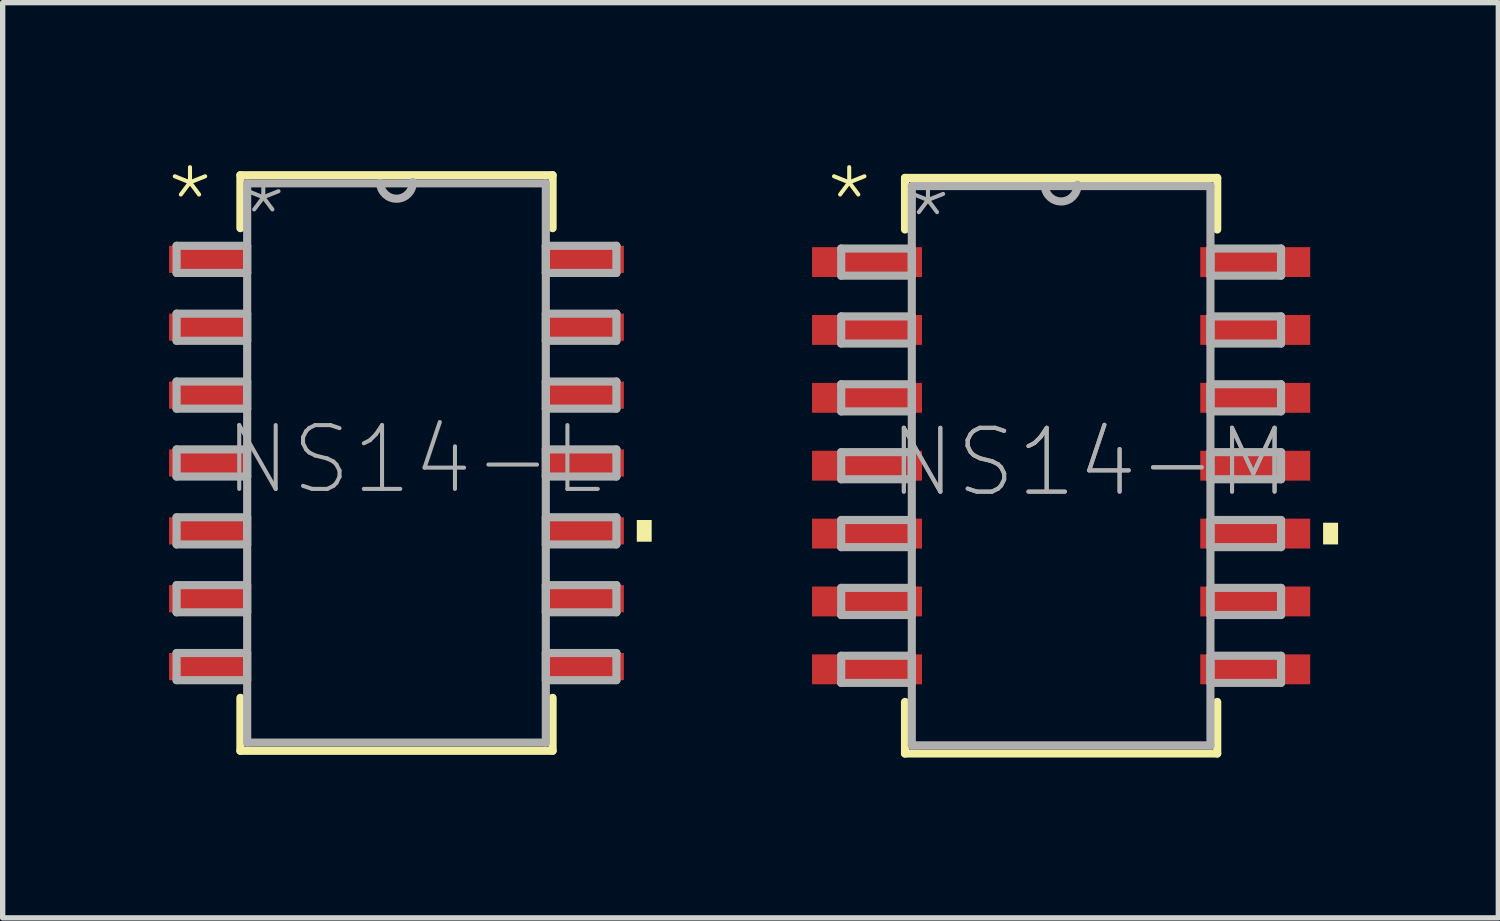
<source format=kicad_pcb>
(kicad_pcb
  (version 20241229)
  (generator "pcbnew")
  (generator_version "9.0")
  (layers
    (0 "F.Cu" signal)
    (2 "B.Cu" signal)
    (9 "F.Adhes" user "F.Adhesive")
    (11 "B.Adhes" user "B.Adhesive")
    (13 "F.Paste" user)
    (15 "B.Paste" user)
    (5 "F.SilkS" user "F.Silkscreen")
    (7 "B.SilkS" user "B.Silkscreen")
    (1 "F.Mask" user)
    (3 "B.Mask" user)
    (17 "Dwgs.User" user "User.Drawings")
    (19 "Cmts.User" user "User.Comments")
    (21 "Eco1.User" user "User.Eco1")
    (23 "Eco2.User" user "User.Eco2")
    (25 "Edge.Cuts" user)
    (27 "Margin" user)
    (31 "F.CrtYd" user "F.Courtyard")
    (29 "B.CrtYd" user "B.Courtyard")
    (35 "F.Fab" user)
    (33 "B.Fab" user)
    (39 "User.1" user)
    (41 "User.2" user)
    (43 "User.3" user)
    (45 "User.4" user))
  (footprint "NS14-M"
    (layer "F.Cu")
    (at 16.805 5.664)
    (property "Reference" "NS14-M" (at -3.277 0.635 0) (unlocked yes) (layer "F.Fab") (effects (font (size 1.194 1.194) (thickness 0.076)) (justify left bottom)))
    (fp_line (start -2.921 -5.385) (end -2.921 -4.42) (stroke (width 0.152) (type solid)) (layer "F.SilkS"))
    (fp_line (start -2.921 4.42) (end -2.921 5.385) (stroke (width 0.152) (type solid)) (layer "F.SilkS"))
    (fp_line (start -2.921 5.385) (end 2.921 5.385) (stroke (width 0.152) (type solid)) (layer "F.SilkS"))
    (fp_line (start 2.921 -5.385) (end -2.921 -5.385) (stroke (width 0.152) (type solid)) (layer "F.SilkS"))
    (fp_line (start 2.921 -4.42) (end 2.921 -5.385) (stroke (width 0.152) (type solid)) (layer "F.SilkS"))
    (fp_line (start 2.921 5.385) (end 2.921 4.42) (stroke (width 0.152) (type solid)) (layer "F.SilkS"))
    (fp_poly (pts (xy 5.182 1.473) (xy 4.902 1.473) (xy 4.902 1.067) (xy 5.182 1.067)) (stroke (width 0) (type default)) (fill yes) (layer "F.SilkS"))
    (fp_line (start -4.115 -4.064) (end -4.115 -3.556) (stroke (width 0.152) (type solid)) (layer "F.Fab"))
    (fp_line (start -4.115 -3.556) (end -2.794 -3.556) (stroke (width 0.152) (type solid)) (layer "F.Fab"))
    (fp_line (start -4.115 -2.794) (end -4.115 -2.286) (stroke (width 0.152) (type solid)) (layer "F.Fab"))
    (fp_line (start -4.115 -2.286) (end -2.794 -2.286) (stroke (width 0.152) (type solid)) (layer "F.Fab"))
    (fp_line (start -4.115 -1.524) (end -4.115 -1.016) (stroke (width 0.152) (type solid)) (layer "F.Fab"))
    (fp_line (start -4.115 -1.016) (end -2.794 -1.016) (stroke (width 0.152) (type solid)) (layer "F.Fab"))
    (fp_line (start -4.115 -0.254) (end -4.115 0.254) (stroke (width 0.152) (type solid)) (layer "F.Fab"))
    (fp_line (start -4.115 0.254) (end -2.794 0.254) (stroke (width 0.152) (type solid)) (layer "F.Fab"))
    (fp_line (start -4.115 1.016) (end -4.115 1.524) (stroke (width 0.152) (type solid)) (layer "F.Fab"))
    (fp_line (start -4.115 1.524) (end -2.794 1.524) (stroke (width 0.152) (type solid)) (layer "F.Fab"))
    (fp_line (start -4.115 2.286) (end -4.115 2.794) (stroke (width 0.152) (type solid)) (layer "F.Fab"))
    (fp_line (start -4.115 2.794) (end -2.794 2.794) (stroke (width 0.152) (type solid)) (layer "F.Fab"))
    (fp_line (start -4.115 3.556) (end -4.115 4.064) (stroke (width 0.152) (type solid)) (layer "F.Fab"))
    (fp_line (start -4.115 4.064) (end -2.794 4.064) (stroke (width 0.152) (type solid)) (layer "F.Fab"))
    (fp_line (start -2.794 -5.232) (end -2.794 5.232) (stroke (width 0.152) (type solid)) (layer "F.Fab"))
    (fp_line (start -2.794 -4.064) (end -4.115 -4.064) (stroke (width 0.152) (type solid)) (layer "F.Fab"))
    (fp_line (start -2.794 -3.556) (end -2.794 -4.064) (stroke (width 0.152) (type solid)) (layer "F.Fab"))
    (fp_line (start -2.794 -2.794) (end -4.115 -2.794) (stroke (width 0.152) (type solid)) (layer "F.Fab"))
    (fp_line (start -2.794 -2.286) (end -2.794 -2.794) (stroke (width 0.152) (type solid)) (layer "F.Fab"))
    (fp_line (start -2.794 -1.524) (end -4.115 -1.524) (stroke (width 0.152) (type solid)) (layer "F.Fab"))
    (fp_line (start -2.794 -1.016) (end -2.794 -1.524) (stroke (width 0.152) (type solid)) (layer "F.Fab"))
    (fp_line (start -2.794 -0.254) (end -4.115 -0.254) (stroke (width 0.152) (type solid)) (layer "F.Fab"))
    (fp_line (start -2.794 0.254) (end -2.794 -0.254) (stroke (width 0.152) (type solid)) (layer "F.Fab"))
    (fp_line (start -2.794 1.016) (end -4.115 1.016) (stroke (width 0.152) (type solid)) (layer "F.Fab"))
    (fp_line (start -2.794 1.524) (end -2.794 1.016) (stroke (width 0.152) (type solid)) (layer "F.Fab"))
    (fp_line (start -2.794 2.286) (end -4.115 2.286) (stroke (width 0.152) (type solid)) (layer "F.Fab"))
    (fp_line (start -2.794 2.794) (end -2.794 2.286) (stroke (width 0.152) (type solid)) (layer "F.Fab"))
    (fp_line (start -2.794 3.556) (end -4.115 3.556) (stroke (width 0.152) (type solid)) (layer "F.Fab"))
    (fp_line (start -2.794 4.064) (end -2.794 3.556) (stroke (width 0.152) (type solid)) (layer "F.Fab"))
    (fp_line (start -2.794 5.232) (end 2.794 5.232) (stroke (width 0.152) (type solid)) (layer "F.Fab"))
    (fp_line (start -0.305 -5.232) (end -2.794 -5.232) (stroke (width 0.152) (type solid)) (layer "F.Fab"))
    (fp_line (start 2.794 -5.232) (end -0.305 -5.232) (stroke (width 0.152) (type solid)) (layer "F.Fab"))
    (fp_line (start 2.794 -4.064) (end 2.794 -3.556) (stroke (width 0.152) (type solid)) (layer "F.Fab"))
    (fp_line (start 2.794 -3.556) (end 4.115 -3.556) (stroke (width 0.152) (type solid)) (layer "F.Fab"))
    (fp_line (start 2.794 -2.794) (end 2.794 -2.286) (stroke (width 0.152) (type solid)) (layer "F.Fab"))
    (fp_line (start 2.794 -2.286) (end 4.115 -2.286) (stroke (width 0.152) (type solid)) (layer "F.Fab"))
    (fp_line (start 2.794 -1.524) (end 2.794 -1.016) (stroke (width 0.152) (type solid)) (layer "F.Fab"))
    (fp_line (start 2.794 -1.016) (end 4.115 -1.016) (stroke (width 0.152) (type solid)) (layer "F.Fab"))
    (fp_line (start 2.794 -0.254) (end 2.794 0.254) (stroke (width 0.152) (type solid)) (layer "F.Fab"))
    (fp_line (start 2.794 0.254) (end 4.115 0.254) (stroke (width 0.152) (type solid)) (layer "F.Fab"))
    (fp_line (start 2.794 1.016) (end 2.794 1.524) (stroke (width 0.152) (type solid)) (layer "F.Fab"))
    (fp_line (start 2.794 1.524) (end 4.115 1.524) (stroke (width 0.152) (type solid)) (layer "F.Fab"))
    (fp_line (start 2.794 2.286) (end 2.794 2.794) (stroke (width 0.152) (type solid)) (layer "F.Fab"))
    (fp_line (start 2.794 2.794) (end 4.115 2.794) (stroke (width 0.152) (type solid)) (layer "F.Fab"))
    (fp_line (start 2.794 3.556) (end 2.794 4.064) (stroke (width 0.152) (type solid)) (layer "F.Fab"))
    (fp_line (start 2.794 4.064) (end 4.115 4.064) (stroke (width 0.152) (type solid)) (layer "F.Fab"))
    (fp_line (start 2.794 5.232) (end 2.794 -5.232) (stroke (width 0.152) (type solid)) (layer "F.Fab"))
    (fp_line (start 4.115 -4.064) (end 2.794 -4.064) (stroke (width 0.152) (type solid)) (layer "F.Fab"))
    (fp_line (start 4.115 -3.556) (end 4.115 -4.064) (stroke (width 0.152) (type solid)) (layer "F.Fab"))
    (fp_line (start 4.115 -2.794) (end 2.794 -2.794) (stroke (width 0.152) (type solid)) (layer "F.Fab"))
    (fp_line (start 4.115 -2.286) (end 4.115 -2.794) (stroke (width 0.152) (type solid)) (layer "F.Fab"))
    (fp_line (start 4.115 -1.524) (end 2.794 -1.524) (stroke (width 0.152) (type solid)) (layer "F.Fab"))
    (fp_line (start 4.115 -1.016) (end 4.115 -1.524) (stroke (width 0.152) (type solid)) (layer "F.Fab"))
    (fp_line (start 4.115 -0.254) (end 2.794 -0.254) (stroke (width 0.152) (type solid)) (layer "F.Fab"))
    (fp_line (start 4.115 0.254) (end 4.115 -0.254) (stroke (width 0.152) (type solid)) (layer "F.Fab"))
    (fp_line (start 4.115 1.016) (end 2.794 1.016) (stroke (width 0.152) (type solid)) (layer "F.Fab"))
    (fp_line (start 4.115 1.524) (end 4.115 1.016) (stroke (width 0.152) (type solid)) (layer "F.Fab"))
    (fp_line (start 4.115 2.286) (end 2.794 2.286) (stroke (width 0.152) (type solid)) (layer "F.Fab"))
    (fp_line (start 4.115 2.794) (end 4.115 2.286) (stroke (width 0.152) (type solid)) (layer "F.Fab"))
    (fp_line (start 4.115 3.556) (end 2.794 3.556) (stroke (width 0.152) (type solid)) (layer "F.Fab"))
    (fp_line (start 4.115 4.064) (end 4.115 3.556) (stroke (width 0.152) (type solid)) (layer "F.Fab"))
    (fp_arc (start 0.3048 -5.2578) (mid 0.0127 -4.9403) (end -0.3048 -5.2324) (stroke (width 0.1524) (type solid)) (layer "F.Fab"))
    (fp_text user "*" (at -4.47 -4.242 0) (unlocked yes) (layer "F.SilkS") (effects (font (size 1.194 1.194) (thickness 0.076)) (justify left bottom)))
    (fp_text user "*" (at -2.997 -3.912 0) (unlocked yes) (layer "F.Fab") (effects (font (size 1.194 1.194) (thickness 0.076)) (justify left bottom)))
    (fp_text user "${REFERENCE}" (at -3.277 0.635 0) (unlocked yes) (layer "F.Fab") (effects (font (size 1.194 1.194) (thickness 0.076)) (justify left bottom)))
    (pad "1" smd rect (at -3.632 -3.81) (size 2.057 0.559) (layers "F.Cu" "F.Mask" "F.Paste"))
    (pad "2" smd rect (at -3.632 -2.54) (size 2.057 0.559) (layers "F.Cu" "F.Mask" "F.Paste"))
    (pad "3" smd rect (at -3.632 -1.27) (size 2.057 0.559) (layers "F.Cu" "F.Mask" "F.Paste"))
    (pad "4" smd rect (at -3.632 0) (size 2.057 0.559) (layers "F.Cu" "F.Mask" "F.Paste"))
    (pad "5" smd rect (at -3.632 1.27) (size 2.057 0.559) (layers "F.Cu" "F.Mask" "F.Paste"))
    (pad "6" smd rect (at -3.632 2.54) (size 2.057 0.559) (layers "F.Cu" "F.Mask" "F.Paste"))
    (pad "7" smd rect (at -3.632 3.81) (size 2.057 0.559) (layers "F.Cu" "F.Mask" "F.Paste"))
    (pad "8" smd rect (at 3.632 3.81) (size 2.057 0.559) (layers "F.Cu" "F.Mask" "F.Paste"))
    (pad "9" smd rect (at 3.632 2.54) (size 2.057 0.559) (layers "F.Cu" "F.Mask" "F.Paste"))
    (pad "10" smd rect (at 3.632 1.27) (size 2.057 0.559) (layers "F.Cu" "F.Mask" "F.Paste"))
    (pad "11" smd rect (at 3.632 0) (size 2.057 0.559) (layers "F.Cu" "F.Mask" "F.Paste"))
    (pad "12" smd rect (at 3.632 -1.27) (size 2.057 0.559) (layers "F.Cu" "F.Mask" "F.Paste"))
    (pad "13" smd rect (at 3.632 -2.54) (size 2.057 0.559) (layers "F.Cu" "F.Mask" "F.Paste"))
    (pad "14" smd rect (at 3.632 -3.81) (size 2.057 0.559) (layers "F.Cu" "F.Mask" "F.Paste")))
  (footprint "NS14-L"
    (layer "F.Cu")
    (at 4.369 5.613)
    (property "Reference" "NS14-L" (at -3.277 0.635 0) (unlocked yes) (layer "F.Fab") (effects (font (size 1.194 1.194) (thickness 0.076)) (justify left bottom)))
    (fp_line (start -2.921 -5.385) (end -2.921 -4.394) (stroke (width 0.152) (type solid)) (layer "F.SilkS"))
    (fp_line (start -2.921 4.394) (end -2.921 5.385) (stroke (width 0.152) (type solid)) (layer "F.SilkS"))
    (fp_line (start -2.921 5.385) (end 2.921 5.385) (stroke (width 0.152) (type solid)) (layer "F.SilkS"))
    (fp_line (start 2.921 -5.385) (end -2.921 -5.385) (stroke (width 0.152) (type solid)) (layer "F.SilkS"))
    (fp_line (start 2.921 -4.394) (end 2.921 -5.385) (stroke (width 0.152) (type solid)) (layer "F.SilkS"))
    (fp_line (start 2.921 5.385) (end 2.921 4.394) (stroke (width 0.152) (type solid)) (layer "F.SilkS"))
    (fp_poly (pts (xy 4.775 1.473) (xy 4.496 1.473) (xy 4.496 1.067) (xy 4.775 1.067)) (stroke (width 0) (type default)) (fill yes) (layer "F.SilkS"))
    (fp_line (start -4.115 -4.064) (end -4.115 -3.556) (stroke (width 0.152) (type solid)) (layer "F.Fab"))
    (fp_line (start -4.115 -3.556) (end -2.794 -3.556) (stroke (width 0.152) (type solid)) (layer "F.Fab"))
    (fp_line (start -4.115 -2.794) (end -4.115 -2.286) (stroke (width 0.152) (type solid)) (layer "F.Fab"))
    (fp_line (start -4.115 -2.286) (end -2.794 -2.286) (stroke (width 0.152) (type solid)) (layer "F.Fab"))
    (fp_line (start -4.115 -1.524) (end -4.115 -1.016) (stroke (width 0.152) (type solid)) (layer "F.Fab"))
    (fp_line (start -4.115 -1.016) (end -2.794 -1.016) (stroke (width 0.152) (type solid)) (layer "F.Fab"))
    (fp_line (start -4.115 -0.254) (end -4.115 0.254) (stroke (width 0.152) (type solid)) (layer "F.Fab"))
    (fp_line (start -4.115 0.254) (end -2.794 0.254) (stroke (width 0.152) (type solid)) (layer "F.Fab"))
    (fp_line (start -4.115 1.016) (end -4.115 1.524) (stroke (width 0.152) (type solid)) (layer "F.Fab"))
    (fp_line (start -4.115 1.524) (end -2.794 1.524) (stroke (width 0.152) (type solid)) (layer "F.Fab"))
    (fp_line (start -4.115 2.286) (end -4.115 2.794) (stroke (width 0.152) (type solid)) (layer "F.Fab"))
    (fp_line (start -4.115 2.794) (end -2.794 2.794) (stroke (width 0.152) (type solid)) (layer "F.Fab"))
    (fp_line (start -4.115 3.556) (end -4.115 4.064) (stroke (width 0.152) (type solid)) (layer "F.Fab"))
    (fp_line (start -4.115 4.064) (end -2.794 4.064) (stroke (width 0.152) (type solid)) (layer "F.Fab"))
    (fp_line (start -2.794 -5.232) (end -2.794 5.232) (stroke (width 0.152) (type solid)) (layer "F.Fab"))
    (fp_line (start -2.794 -4.064) (end -4.115 -4.064) (stroke (width 0.152) (type solid)) (layer "F.Fab"))
    (fp_line (start -2.794 -3.556) (end -2.794 -4.064) (stroke (width 0.152) (type solid)) (layer "F.Fab"))
    (fp_line (start -2.794 -2.794) (end -4.115 -2.794) (stroke (width 0.152) (type solid)) (layer "F.Fab"))
    (fp_line (start -2.794 -2.286) (end -2.794 -2.794) (stroke (width 0.152) (type solid)) (layer "F.Fab"))
    (fp_line (start -2.794 -1.524) (end -4.115 -1.524) (stroke (width 0.152) (type solid)) (layer "F.Fab"))
    (fp_line (start -2.794 -1.016) (end -2.794 -1.524) (stroke (width 0.152) (type solid)) (layer "F.Fab"))
    (fp_line (start -2.794 -0.254) (end -4.115 -0.254) (stroke (width 0.152) (type solid)) (layer "F.Fab"))
    (fp_line (start -2.794 0.254) (end -2.794 -0.254) (stroke (width 0.152) (type solid)) (layer "F.Fab"))
    (fp_line (start -2.794 1.016) (end -4.115 1.016) (stroke (width 0.152) (type solid)) (layer "F.Fab"))
    (fp_line (start -2.794 1.524) (end -2.794 1.016) (stroke (width 0.152) (type solid)) (layer "F.Fab"))
    (fp_line (start -2.794 2.286) (end -4.115 2.286) (stroke (width 0.152) (type solid)) (layer "F.Fab"))
    (fp_line (start -2.794 2.794) (end -2.794 2.286) (stroke (width 0.152) (type solid)) (layer "F.Fab"))
    (fp_line (start -2.794 3.556) (end -4.115 3.556) (stroke (width 0.152) (type solid)) (layer "F.Fab"))
    (fp_line (start -2.794 4.064) (end -2.794 3.556) (stroke (width 0.152) (type solid)) (layer "F.Fab"))
    (fp_line (start -2.794 5.232) (end 2.794 5.232) (stroke (width 0.152) (type solid)) (layer "F.Fab"))
    (fp_line (start -0.305 -5.232) (end -2.794 -5.232) (stroke (width 0.152) (type solid)) (layer "F.Fab"))
    (fp_line (start 2.794 -5.232) (end -0.305 -5.232) (stroke (width 0.152) (type solid)) (layer "F.Fab"))
    (fp_line (start 2.794 -4.064) (end 2.794 -3.556) (stroke (width 0.152) (type solid)) (layer "F.Fab"))
    (fp_line (start 2.794 -3.556) (end 4.115 -3.556) (stroke (width 0.152) (type solid)) (layer "F.Fab"))
    (fp_line (start 2.794 -2.794) (end 2.794 -2.286) (stroke (width 0.152) (type solid)) (layer "F.Fab"))
    (fp_line (start 2.794 -2.286) (end 4.115 -2.286) (stroke (width 0.152) (type solid)) (layer "F.Fab"))
    (fp_line (start 2.794 -1.524) (end 2.794 -1.016) (stroke (width 0.152) (type solid)) (layer "F.Fab"))
    (fp_line (start 2.794 -1.016) (end 4.115 -1.016) (stroke (width 0.152) (type solid)) (layer "F.Fab"))
    (fp_line (start 2.794 -0.254) (end 2.794 0.254) (stroke (width 0.152) (type solid)) (layer "F.Fab"))
    (fp_line (start 2.794 0.254) (end 4.115 0.254) (stroke (width 0.152) (type solid)) (layer "F.Fab"))
    (fp_line (start 2.794 1.016) (end 2.794 1.524) (stroke (width 0.152) (type solid)) (layer "F.Fab"))
    (fp_line (start 2.794 1.524) (end 4.115 1.524) (stroke (width 0.152) (type solid)) (layer "F.Fab"))
    (fp_line (start 2.794 2.286) (end 2.794 2.794) (stroke (width 0.152) (type solid)) (layer "F.Fab"))
    (fp_line (start 2.794 2.794) (end 4.115 2.794) (stroke (width 0.152) (type solid)) (layer "F.Fab"))
    (fp_line (start 2.794 3.556) (end 2.794 4.064) (stroke (width 0.152) (type solid)) (layer "F.Fab"))
    (fp_line (start 2.794 4.064) (end 4.115 4.064) (stroke (width 0.152) (type solid)) (layer "F.Fab"))
    (fp_line (start 2.794 5.232) (end 2.794 -5.232) (stroke (width 0.152) (type solid)) (layer "F.Fab"))
    (fp_line (start 4.115 -4.064) (end 2.794 -4.064) (stroke (width 0.152) (type solid)) (layer "F.Fab"))
    (fp_line (start 4.115 -3.556) (end 4.115 -4.064) (stroke (width 0.152) (type solid)) (layer "F.Fab"))
    (fp_line (start 4.115 -2.794) (end 2.794 -2.794) (stroke (width 0.152) (type solid)) (layer "F.Fab"))
    (fp_line (start 4.115 -2.286) (end 4.115 -2.794) (stroke (width 0.152) (type solid)) (layer "F.Fab"))
    (fp_line (start 4.115 -1.524) (end 2.794 -1.524) (stroke (width 0.152) (type solid)) (layer "F.Fab"))
    (fp_line (start 4.115 -1.016) (end 4.115 -1.524) (stroke (width 0.152) (type solid)) (layer "F.Fab"))
    (fp_line (start 4.115 -0.254) (end 2.794 -0.254) (stroke (width 0.152) (type solid)) (layer "F.Fab"))
    (fp_line (start 4.115 0.254) (end 4.115 -0.254) (stroke (width 0.152) (type solid)) (layer "F.Fab"))
    (fp_line (start 4.115 1.016) (end 2.794 1.016) (stroke (width 0.152) (type solid)) (layer "F.Fab"))
    (fp_line (start 4.115 1.524) (end 4.115 1.016) (stroke (width 0.152) (type solid)) (layer "F.Fab"))
    (fp_line (start 4.115 2.286) (end 2.794 2.286) (stroke (width 0.152) (type solid)) (layer "F.Fab"))
    (fp_line (start 4.115 2.794) (end 4.115 2.286) (stroke (width 0.152) (type solid)) (layer "F.Fab"))
    (fp_line (start 4.115 3.556) (end 2.794 3.556) (stroke (width 0.152) (type solid)) (layer "F.Fab"))
    (fp_line (start 4.115 4.064) (end 4.115 3.556) (stroke (width 0.152) (type solid)) (layer "F.Fab"))
    (fp_arc (start 0.3048 -5.2578) (mid 0.0127 -4.9403) (end -0.3048 -5.2324) (stroke (width 0.1524) (type solid)) (layer "F.Fab"))
    (fp_text user "*" (at -4.369 -4.191 0) (unlocked yes) (layer "F.SilkS") (effects (font (size 1.194 1.194) (thickness 0.076)) (justify left bottom)))
    (fp_text user "*" (at -2.997 -3.912 0) (unlocked yes) (layer "F.Fab") (effects (font (size 1.194 1.194) (thickness 0.076)) (justify left bottom)))
    (pad "1" smd rect (at -3.531 -3.81) (size 1.448 0.508) (layers "F.Cu" "F.Mask" "F.Paste"))
    (pad "2" smd rect (at -3.531 -2.54) (size 1.448 0.508) (layers "F.Cu" "F.Mask" "F.Paste"))
    (pad "3" smd rect (at -3.531 -1.27) (size 1.448 0.508) (layers "F.Cu" "F.Mask" "F.Paste"))
    (pad "4" smd rect (at -3.531 0) (size 1.448 0.508) (layers "F.Cu" "F.Mask" "F.Paste"))
    (pad "5" smd rect (at -3.531 1.27) (size 1.448 0.508) (layers "F.Cu" "F.Mask" "F.Paste"))
    (pad "6" smd rect (at -3.531 2.54) (size 1.448 0.508) (layers "F.Cu" "F.Mask" "F.Paste"))
    (pad "7" smd rect (at -3.531 3.81) (size 1.448 0.508) (layers "F.Cu" "F.Mask" "F.Paste"))
    (pad "8" smd rect (at 3.531 3.81) (size 1.448 0.508) (layers "F.Cu" "F.Mask" "F.Paste"))
    (pad "9" smd rect (at 3.531 2.54) (size 1.448 0.508) (layers "F.Cu" "F.Mask" "F.Paste"))
    (pad "10" smd rect (at 3.531 1.27) (size 1.448 0.508) (layers "F.Cu" "F.Mask" "F.Paste"))
    (pad "11" smd rect (at 3.531 0) (size 1.448 0.508) (layers "F.Cu" "F.Mask" "F.Paste"))
    (pad "12" smd rect (at 3.531 -1.27) (size 1.448 0.508) (layers "F.Cu" "F.Mask" "F.Paste"))
    (pad "13" smd rect (at 3.531 -2.54) (size 1.448 0.508) (layers "F.Cu" "F.Mask" "F.Paste"))
    (pad "14" smd rect (at 3.531 -3.81) (size 1.448 0.508) (layers "F.Cu" "F.Mask" "F.Paste")))
  (gr_rect
    (start -3 -3)
    (end 24.986 14.125)
    (stroke (width 0.1) (type default))
    (fill no)
    (layer "Edge.Cuts")))
</source>
